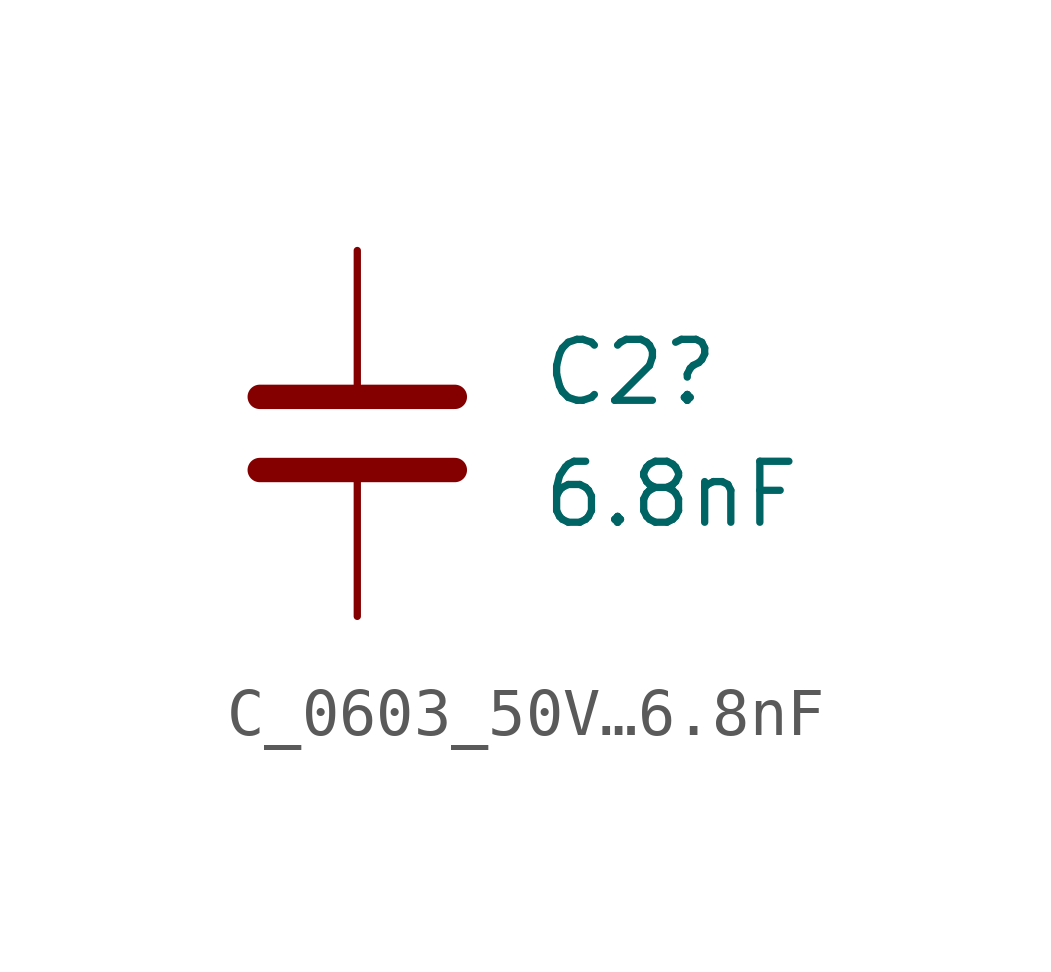
<source format=kicad_sym>
(kicad_symbol_lib
  (version 20231120)
  (generator "kicad_symbol_editor")
  (generator_version "8.0")
  (symbol "C_0603_50V…6.8nF"
    (pin_numbers hide)
    (pin_names
      (offset 0.254))
    (property "Reference" "C2"
      (at 3.81 1.27 0)
      (effects (font (size 1.27 1.27)) (justify left)))
    (property "Value" "6.8nF"
      (at 3.81 -1.27 0)
      (effects (font (size 1.27 1.27)) (justify left)))
    (symbol "C_0603_50V…6.8nF_0_1"
      (polyline (pts (xy -2.032 -0.762) (xy 2.032 -0.762)) (stroke (width 0.508) (type default)) (fill (type none)))
      (polyline (pts (xy -2.032 0.762) (xy 2.032 0.762)) (stroke (width 0.508) (type default)) (fill (type none))))
    (symbol "C_0603_50V…6.8nF_1_1"
      (pin passive line (at 0 3.81 270) (length 2.794) (name "~" (effects (font (size 1.27 1.27)))) (number "1" (effects (font (size 1.27 1.27)))))
      (pin passive line (at 0 -3.81 90) (length 2.794) (name "~" (effects (font (size 1.27 1.27)))) (number "2" (effects (font (size 1.27 1.27))))))))
</source>
